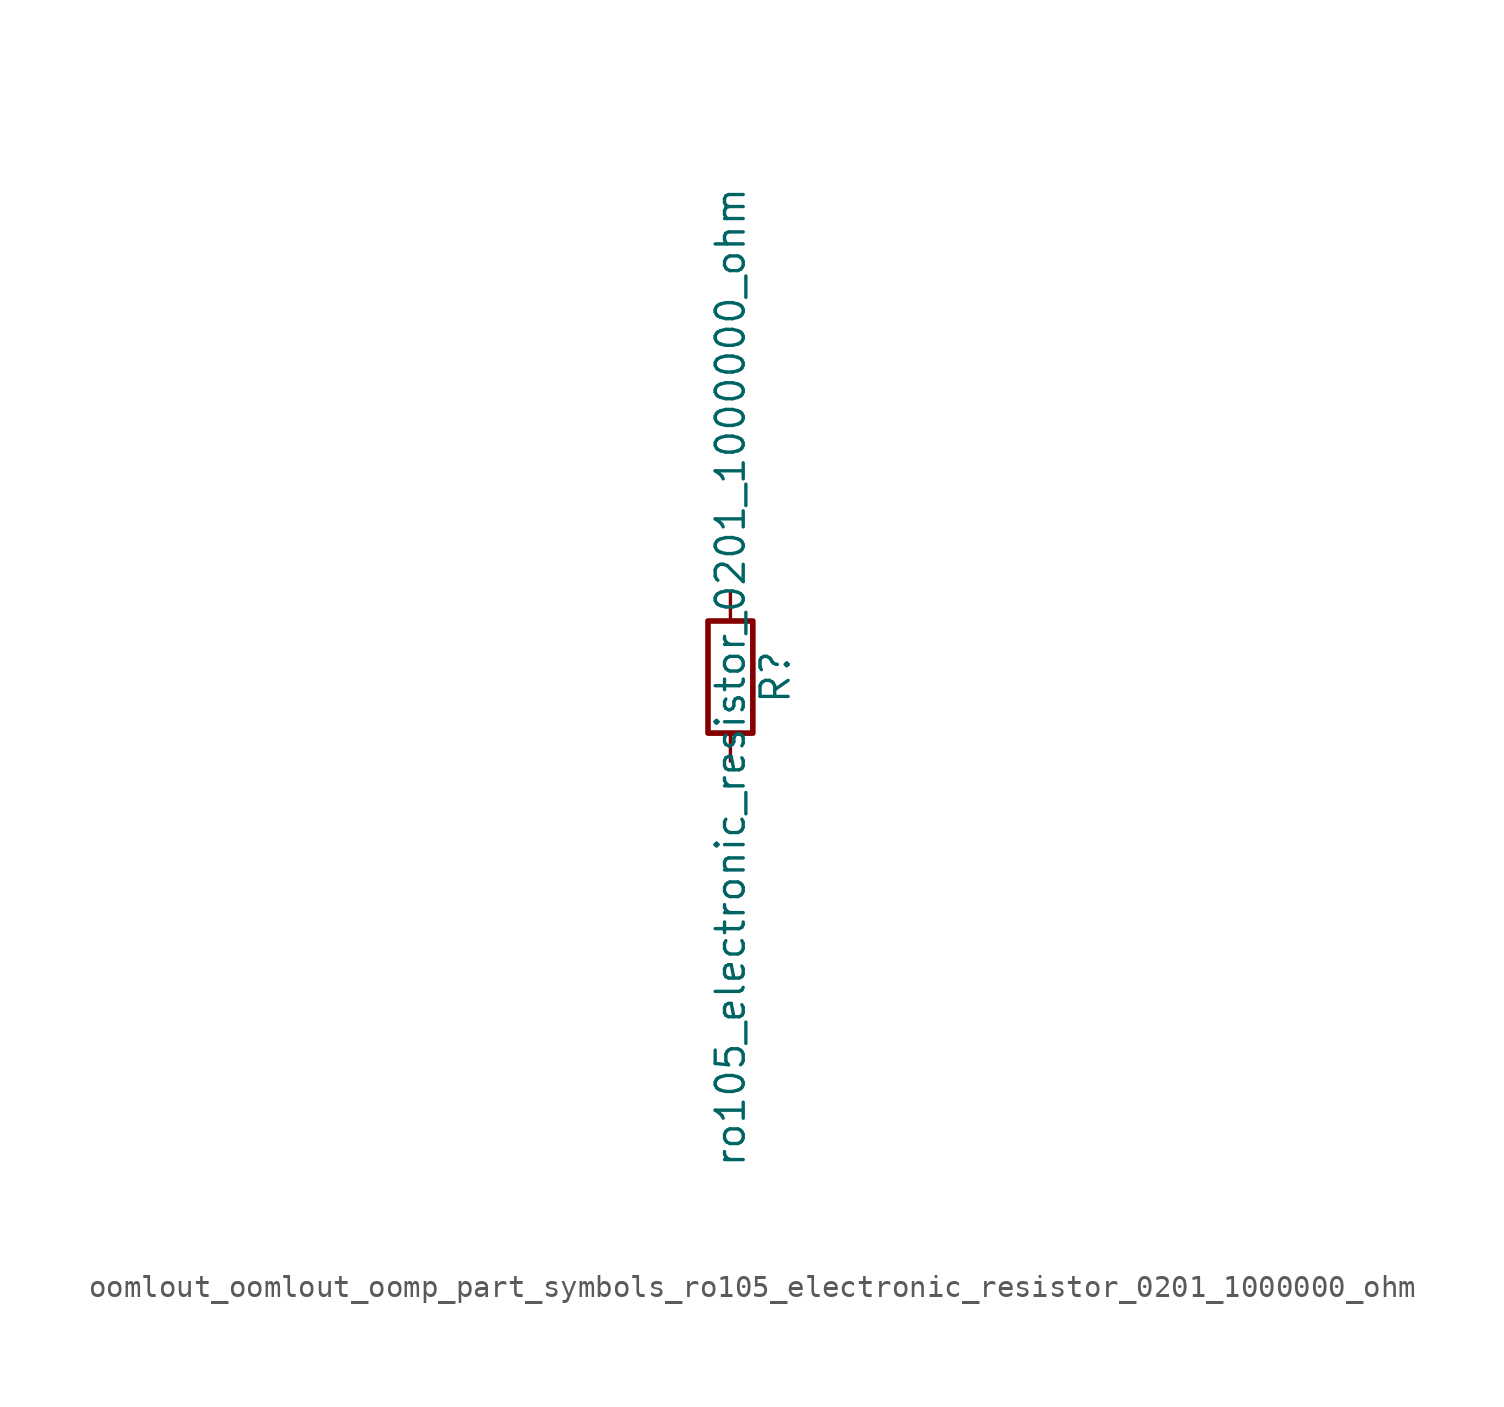
<source format=kicad_sym>
(kicad_symbol_lib
  (version 20220914)
  (generator kicad_symbol_editor)
  (symbol "oomlout_oomlout_oomp_part_symbols_ro105_electronic_resistor_0201_1000000_ohm"
    (pin_numbers hide)
    (pin_names
      (offset 0))
    (property "Reference" "R"
      (at 2.032 0 90)
      (effects (font (size 1.27 1.27))))
    (property "Value" "ro105_electronic_resistor_0201_1000000_ohm"
      (at 0 0 90)
      (effects (font (size 1.27 1.27))))
    (symbol "oomlout_oomlout_oomp_part_symbols_ro105_electronic_resistor_0201_1000000_ohm_0_1"
      (rectangle (start -1.016 -2.54) (end 1.016 2.54) (stroke (width 0.254) (type default)) (fill (type none))))
    (symbol "oomlout_oomlout_oomp_part_symbols_ro105_electronic_resistor_0201_1000000_ohm_1_1"
      (pin passive line (at 0 3.81 270) (length 1.27) (name "~" (effects (font (size 1.27 1.27)))) (number "1" (effects (font (size 1.27 1.27)))))
      (pin passive line (at 0 -3.81 90) (length 1.27) (name "~" (effects (font (size 1.27 1.27)))) (number "2" (effects (font (size 1.27 1.27))))))))
</source>
